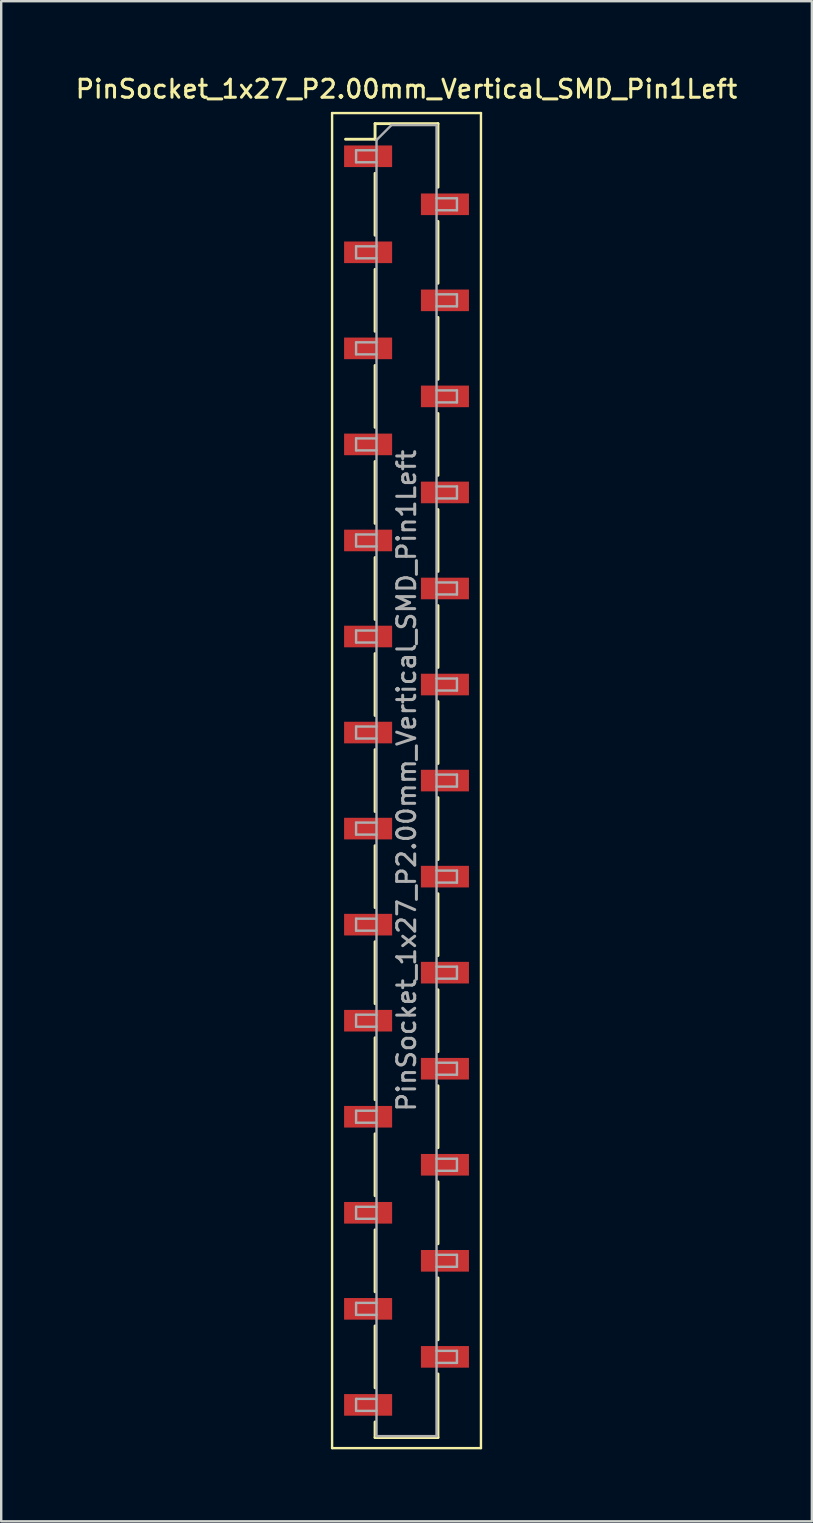
<source format=kicad_pcb>
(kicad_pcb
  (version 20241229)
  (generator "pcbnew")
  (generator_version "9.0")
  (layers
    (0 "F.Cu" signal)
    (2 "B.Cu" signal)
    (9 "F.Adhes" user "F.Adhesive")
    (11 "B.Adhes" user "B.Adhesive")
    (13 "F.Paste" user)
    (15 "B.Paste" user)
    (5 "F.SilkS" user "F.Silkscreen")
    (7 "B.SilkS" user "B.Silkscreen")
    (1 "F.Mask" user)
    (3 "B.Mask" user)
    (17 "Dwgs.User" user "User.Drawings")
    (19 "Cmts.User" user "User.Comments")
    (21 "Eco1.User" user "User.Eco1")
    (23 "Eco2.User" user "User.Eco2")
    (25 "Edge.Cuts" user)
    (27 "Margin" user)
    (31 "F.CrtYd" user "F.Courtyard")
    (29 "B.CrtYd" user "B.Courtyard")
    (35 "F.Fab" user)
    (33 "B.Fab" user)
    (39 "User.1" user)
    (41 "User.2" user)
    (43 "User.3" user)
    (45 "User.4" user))
  (footprint "PinSocket_1x27_P2.00mm_Vertical_SMD_Pin1Left"
    (layer "F.Cu")
    (at 13.88 29.458)
    (property "Reference" "PinSocket_1x27_P2.00mm_Vertical_SMD_Pin1Left" (at 0 -28.8 0) (layer "F.SilkS") (effects (font (size 0.75 0.75) (thickness 0.125))))
    (attr smd)
    (fp_line (start -3.1 -27.8) (end 3.1 -27.8) (stroke (width 0.1) (type solid)) (layer "F.SilkS"))
    (fp_line (start -3.1 27.8) (end -3.1 -27.8) (stroke (width 0.1) (type solid)) (layer "F.SilkS"))
    (fp_line (start -2.54 -26.71) (end -1.31 -26.71) (stroke (width 0.12) (type solid)) (layer "F.SilkS"))
    (fp_line (start -1.31 -27.36) (end -1.31 -26.71) (stroke (width 0.12) (type solid)) (layer "F.SilkS"))
    (fp_line (start -1.31 -27.36) (end 1.31 -27.36) (stroke (width 0.12) (type solid)) (layer "F.SilkS"))
    (fp_line (start -1.31 -25.29) (end -1.31 -22.71) (stroke (width 0.12) (type solid)) (layer "F.SilkS"))
    (fp_line (start -1.31 -21.29) (end -1.31 -18.71) (stroke (width 0.12) (type solid)) (layer "F.SilkS"))
    (fp_line (start -1.31 -17.29) (end -1.31 -14.71) (stroke (width 0.12) (type solid)) (layer "F.SilkS"))
    (fp_line (start -1.31 -13.29) (end -1.31 -10.71) (stroke (width 0.12) (type solid)) (layer "F.SilkS"))
    (fp_line (start -1.31 -9.29) (end -1.31 -6.71) (stroke (width 0.12) (type solid)) (layer "F.SilkS"))
    (fp_line (start -1.31 -5.29) (end -1.31 -2.71) (stroke (width 0.12) (type solid)) (layer "F.SilkS"))
    (fp_line (start -1.31 -1.29) (end -1.31 1.29) (stroke (width 0.12) (type solid)) (layer "F.SilkS"))
    (fp_line (start -1.31 2.71) (end -1.31 5.29) (stroke (width 0.12) (type solid)) (layer "F.SilkS"))
    (fp_line (start -1.31 6.71) (end -1.31 9.29) (stroke (width 0.12) (type solid)) (layer "F.SilkS"))
    (fp_line (start -1.31 10.71) (end -1.31 13.29) (stroke (width 0.12) (type solid)) (layer "F.SilkS"))
    (fp_line (start -1.31 14.71) (end -1.31 17.29) (stroke (width 0.12) (type solid)) (layer "F.SilkS"))
    (fp_line (start -1.31 18.71) (end -1.31 21.29) (stroke (width 0.12) (type solid)) (layer "F.SilkS"))
    (fp_line (start -1.31 22.71) (end -1.31 25.29) (stroke (width 0.12) (type solid)) (layer "F.SilkS"))
    (fp_line (start -1.31 26.71) (end -1.31 27.36) (stroke (width 0.12) (type solid)) (layer "F.SilkS"))
    (fp_line (start -1.31 27.36) (end 1.31 27.36) (stroke (width 0.12) (type solid)) (layer "F.SilkS"))
    (fp_line (start 1.31 -27.36) (end 1.31 -24.71) (stroke (width 0.12) (type solid)) (layer "F.SilkS"))
    (fp_line (start 1.31 -23.29) (end 1.31 -20.71) (stroke (width 0.12) (type solid)) (layer "F.SilkS"))
    (fp_line (start 1.31 -19.29) (end 1.31 -16.71) (stroke (width 0.12) (type solid)) (layer "F.SilkS"))
    (fp_line (start 1.31 -15.29) (end 1.31 -12.71) (stroke (width 0.12) (type solid)) (layer "F.SilkS"))
    (fp_line (start 1.31 -11.29) (end 1.31 -8.71) (stroke (width 0.12) (type solid)) (layer "F.SilkS"))
    (fp_line (start 1.31 -7.29) (end 1.31 -4.71) (stroke (width 0.12) (type solid)) (layer "F.SilkS"))
    (fp_line (start 1.31 -3.29) (end 1.31 -0.71) (stroke (width 0.12) (type solid)) (layer "F.SilkS"))
    (fp_line (start 1.31 0.71) (end 1.31 3.29) (stroke (width 0.12) (type solid)) (layer "F.SilkS"))
    (fp_line (start 1.31 4.71) (end 1.31 7.29) (stroke (width 0.12) (type solid)) (layer "F.SilkS"))
    (fp_line (start 1.31 8.71) (end 1.31 11.29) (stroke (width 0.12) (type solid)) (layer "F.SilkS"))
    (fp_line (start 1.31 12.71) (end 1.31 15.29) (stroke (width 0.12) (type solid)) (layer "F.SilkS"))
    (fp_line (start 1.31 16.71) (end 1.31 19.29) (stroke (width 0.12) (type solid)) (layer "F.SilkS"))
    (fp_line (start 1.31 20.71) (end 1.31 23.29) (stroke (width 0.12) (type solid)) (layer "F.SilkS"))
    (fp_line (start 1.31 24.71) (end 1.31 27.36) (stroke (width 0.12) (type solid)) (layer "F.SilkS"))
    (fp_line (start 3.1 -27.8) (end 3.1 27.8) (stroke (width 0.1) (type solid)) (layer "F.SilkS"))
    (fp_line (start 3.1 27.8) (end -3.1 27.8) (stroke (width 0.1) (type solid)) (layer "F.SilkS"))
    (fp_line (start -2.1 -26.25) (end -1.25 -26.25) (stroke (width 0.1) (type solid)) (layer "F.Fab"))
    (fp_line (start -2.1 -25.75) (end -2.1 -26.25) (stroke (width 0.1) (type solid)) (layer "F.Fab"))
    (fp_line (start -2.1 -22.25) (end -1.25 -22.25) (stroke (width 0.1) (type solid)) (layer "F.Fab"))
    (fp_line (start -2.1 -21.75) (end -2.1 -22.25) (stroke (width 0.1) (type solid)) (layer "F.Fab"))
    (fp_line (start -2.1 -18.25) (end -1.25 -18.25) (stroke (width 0.1) (type solid)) (layer "F.Fab"))
    (fp_line (start -2.1 -17.75) (end -2.1 -18.25) (stroke (width 0.1) (type solid)) (layer "F.Fab"))
    (fp_line (start -2.1 -14.25) (end -1.25 -14.25) (stroke (width 0.1) (type solid)) (layer "F.Fab"))
    (fp_line (start -2.1 -13.75) (end -2.1 -14.25) (stroke (width 0.1) (type solid)) (layer "F.Fab"))
    (fp_line (start -2.1 -10.25) (end -1.25 -10.25) (stroke (width 0.1) (type solid)) (layer "F.Fab"))
    (fp_line (start -2.1 -9.75) (end -2.1 -10.25) (stroke (width 0.1) (type solid)) (layer "F.Fab"))
    (fp_line (start -2.1 -6.25) (end -1.25 -6.25) (stroke (width 0.1) (type solid)) (layer "F.Fab"))
    (fp_line (start -2.1 -5.75) (end -2.1 -6.25) (stroke (width 0.1) (type solid)) (layer "F.Fab"))
    (fp_line (start -2.1 -2.25) (end -1.25 -2.25) (stroke (width 0.1) (type solid)) (layer "F.Fab"))
    (fp_line (start -2.1 -1.75) (end -2.1 -2.25) (stroke (width 0.1) (type solid)) (layer "F.Fab"))
    (fp_line (start -2.1 1.75) (end -1.25 1.75) (stroke (width 0.1) (type solid)) (layer "F.Fab"))
    (fp_line (start -2.1 2.25) (end -2.1 1.75) (stroke (width 0.1) (type solid)) (layer "F.Fab"))
    (fp_line (start -2.1 5.75) (end -1.25 5.75) (stroke (width 0.1) (type solid)) (layer "F.Fab"))
    (fp_line (start -2.1 6.25) (end -2.1 5.75) (stroke (width 0.1) (type solid)) (layer "F.Fab"))
    (fp_line (start -2.1 9.75) (end -1.25 9.75) (stroke (width 0.1) (type solid)) (layer "F.Fab"))
    (fp_line (start -2.1 10.25) (end -2.1 9.75) (stroke (width 0.1) (type solid)) (layer "F.Fab"))
    (fp_line (start -2.1 13.75) (end -1.25 13.75) (stroke (width 0.1) (type solid)) (layer "F.Fab"))
    (fp_line (start -2.1 14.25) (end -2.1 13.75) (stroke (width 0.1) (type solid)) (layer "F.Fab"))
    (fp_line (start -2.1 17.75) (end -1.25 17.75) (stroke (width 0.1) (type solid)) (layer "F.Fab"))
    (fp_line (start -2.1 18.25) (end -2.1 17.75) (stroke (width 0.1) (type solid)) (layer "F.Fab"))
    (fp_line (start -2.1 21.75) (end -1.25 21.75) (stroke (width 0.1) (type solid)) (layer "F.Fab"))
    (fp_line (start -2.1 22.25) (end -2.1 21.75) (stroke (width 0.1) (type solid)) (layer "F.Fab"))
    (fp_line (start -2.1 25.75) (end -1.25 25.75) (stroke (width 0.1) (type solid)) (layer "F.Fab"))
    (fp_line (start -2.1 26.25) (end -2.1 25.75) (stroke (width 0.1) (type solid)) (layer "F.Fab"))
    (fp_line (start -1.25 -26.675) (end -0.625 -27.3) (stroke (width 0.1) (type solid)) (layer "F.Fab"))
    (fp_line (start -1.25 -25.75) (end -2.1 -25.75) (stroke (width 0.1) (type solid)) (layer "F.Fab"))
    (fp_line (start -1.25 -21.75) (end -2.1 -21.75) (stroke (width 0.1) (type solid)) (layer "F.Fab"))
    (fp_line (start -1.25 -17.75) (end -2.1 -17.75) (stroke (width 0.1) (type solid)) (layer "F.Fab"))
    (fp_line (start -1.25 -13.75) (end -2.1 -13.75) (stroke (width 0.1) (type solid)) (layer "F.Fab"))
    (fp_line (start -1.25 -9.75) (end -2.1 -9.75) (stroke (width 0.1) (type solid)) (layer "F.Fab"))
    (fp_line (start -1.25 -5.75) (end -2.1 -5.75) (stroke (width 0.1) (type solid)) (layer "F.Fab"))
    (fp_line (start -1.25 -1.75) (end -2.1 -1.75) (stroke (width 0.1) (type solid)) (layer "F.Fab"))
    (fp_line (start -1.25 2.25) (end -2.1 2.25) (stroke (width 0.1) (type solid)) (layer "F.Fab"))
    (fp_line (start -1.25 6.25) (end -2.1 6.25) (stroke (width 0.1) (type solid)) (layer "F.Fab"))
    (fp_line (start -1.25 10.25) (end -2.1 10.25) (stroke (width 0.1) (type solid)) (layer "F.Fab"))
    (fp_line (start -1.25 14.25) (end -2.1 14.25) (stroke (width 0.1) (type solid)) (layer "F.Fab"))
    (fp_line (start -1.25 18.25) (end -2.1 18.25) (stroke (width 0.1) (type solid)) (layer "F.Fab"))
    (fp_line (start -1.25 22.25) (end -2.1 22.25) (stroke (width 0.1) (type solid)) (layer "F.Fab"))
    (fp_line (start -1.25 26.25) (end -2.1 26.25) (stroke (width 0.1) (type solid)) (layer "F.Fab"))
    (fp_line (start -1.25 27.3) (end -1.25 -26.675) (stroke (width 0.1) (type solid)) (layer "F.Fab"))
    (fp_line (start -0.625 -27.3) (end 1.25 -27.3) (stroke (width 0.1) (type solid)) (layer "F.Fab"))
    (fp_line (start 1.25 -27.3) (end 1.25 27.3) (stroke (width 0.1) (type solid)) (layer "F.Fab"))
    (fp_line (start 1.25 -24.25) (end 2.1 -24.25) (stroke (width 0.1) (type solid)) (layer "F.Fab"))
    (fp_line (start 1.25 -20.25) (end 2.1 -20.25) (stroke (width 0.1) (type solid)) (layer "F.Fab"))
    (fp_line (start 1.25 -16.25) (end 2.1 -16.25) (stroke (width 0.1) (type solid)) (layer "F.Fab"))
    (fp_line (start 1.25 -12.25) (end 2.1 -12.25) (stroke (width 0.1) (type solid)) (layer "F.Fab"))
    (fp_line (start 1.25 -8.25) (end 2.1 -8.25) (stroke (width 0.1) (type solid)) (layer "F.Fab"))
    (fp_line (start 1.25 -4.25) (end 2.1 -4.25) (stroke (width 0.1) (type solid)) (layer "F.Fab"))
    (fp_line (start 1.25 -0.25) (end 2.1 -0.25) (stroke (width 0.1) (type solid)) (layer "F.Fab"))
    (fp_line (start 1.25 3.75) (end 2.1 3.75) (stroke (width 0.1) (type solid)) (layer "F.Fab"))
    (fp_line (start 1.25 7.75) (end 2.1 7.75) (stroke (width 0.1) (type solid)) (layer "F.Fab"))
    (fp_line (start 1.25 11.75) (end 2.1 11.75) (stroke (width 0.1) (type solid)) (layer "F.Fab"))
    (fp_line (start 1.25 15.75) (end 2.1 15.75) (stroke (width 0.1) (type solid)) (layer "F.Fab"))
    (fp_line (start 1.25 19.75) (end 2.1 19.75) (stroke (width 0.1) (type solid)) (layer "F.Fab"))
    (fp_line (start 1.25 23.75) (end 2.1 23.75) (stroke (width 0.1) (type solid)) (layer "F.Fab"))
    (fp_line (start 1.25 27.3) (end -1.25 27.3) (stroke (width 0.1) (type solid)) (layer "F.Fab"))
    (fp_line (start 2.1 -24.25) (end 2.1 -23.75) (stroke (width 0.1) (type solid)) (layer "F.Fab"))
    (fp_line (start 2.1 -23.75) (end 1.25 -23.75) (stroke (width 0.1) (type solid)) (layer "F.Fab"))
    (fp_line (start 2.1 -20.25) (end 2.1 -19.75) (stroke (width 0.1) (type solid)) (layer "F.Fab"))
    (fp_line (start 2.1 -19.75) (end 1.25 -19.75) (stroke (width 0.1) (type solid)) (layer "F.Fab"))
    (fp_line (start 2.1 -16.25) (end 2.1 -15.75) (stroke (width 0.1) (type solid)) (layer "F.Fab"))
    (fp_line (start 2.1 -15.75) (end 1.25 -15.75) (stroke (width 0.1) (type solid)) (layer "F.Fab"))
    (fp_line (start 2.1 -12.25) (end 2.1 -11.75) (stroke (width 0.1) (type solid)) (layer "F.Fab"))
    (fp_line (start 2.1 -11.75) (end 1.25 -11.75) (stroke (width 0.1) (type solid)) (layer "F.Fab"))
    (fp_line (start 2.1 -8.25) (end 2.1 -7.75) (stroke (width 0.1) (type solid)) (layer "F.Fab"))
    (fp_line (start 2.1 -7.75) (end 1.25 -7.75) (stroke (width 0.1) (type solid)) (layer "F.Fab"))
    (fp_line (start 2.1 -4.25) (end 2.1 -3.75) (stroke (width 0.1) (type solid)) (layer "F.Fab"))
    (fp_line (start 2.1 -3.75) (end 1.25 -3.75) (stroke (width 0.1) (type solid)) (layer "F.Fab"))
    (fp_line (start 2.1 -0.25) (end 2.1 0.25) (stroke (width 0.1) (type solid)) (layer "F.Fab"))
    (fp_line (start 2.1 0.25) (end 1.25 0.25) (stroke (width 0.1) (type solid)) (layer "F.Fab"))
    (fp_line (start 2.1 3.75) (end 2.1 4.25) (stroke (width 0.1) (type solid)) (layer "F.Fab"))
    (fp_line (start 2.1 4.25) (end 1.25 4.25) (stroke (width 0.1) (type solid)) (layer "F.Fab"))
    (fp_line (start 2.1 7.75) (end 2.1 8.25) (stroke (width 0.1) (type solid)) (layer "F.Fab"))
    (fp_line (start 2.1 8.25) (end 1.25 8.25) (stroke (width 0.1) (type solid)) (layer "F.Fab"))
    (fp_line (start 2.1 11.75) (end 2.1 12.25) (stroke (width 0.1) (type solid)) (layer "F.Fab"))
    (fp_line (start 2.1 12.25) (end 1.25 12.25) (stroke (width 0.1) (type solid)) (layer "F.Fab"))
    (fp_line (start 2.1 15.75) (end 2.1 16.25) (stroke (width 0.1) (type solid)) (layer "F.Fab"))
    (fp_line (start 2.1 16.25) (end 1.25 16.25) (stroke (width 0.1) (type solid)) (layer "F.Fab"))
    (fp_line (start 2.1 19.75) (end 2.1 20.25) (stroke (width 0.1) (type solid)) (layer "F.Fab"))
    (fp_line (start 2.1 20.25) (end 1.25 20.25) (stroke (width 0.1) (type solid)) (layer "F.Fab"))
    (fp_line (start 2.1 23.75) (end 2.1 24.25) (stroke (width 0.1) (type solid)) (layer "F.Fab"))
    (fp_line (start 2.1 24.25) (end 1.25 24.25) (stroke (width 0.1) (type solid)) (layer "F.Fab"))
    (fp_text user "${REFERENCE}" (at 0 0 90) (layer "F.Fab") (effects (font (size 0.75 0.75) (thickness 0.125))))
    (pad "1" smd rect (at -1.6 -26) (size 2 0.9) (layers "F.Cu" "F.Mask" "F.Paste"))
    (pad "2" smd rect (at 1.6 -24) (size 2 0.9) (layers "F.Cu" "F.Mask" "F.Paste"))
    (pad "3" smd rect (at -1.6 -22) (size 2 0.9) (layers "F.Cu" "F.Mask" "F.Paste"))
    (pad "4" smd rect (at 1.6 -20) (size 2 0.9) (layers "F.Cu" "F.Mask" "F.Paste"))
    (pad "5" smd rect (at -1.6 -18) (size 2 0.9) (layers "F.Cu" "F.Mask" "F.Paste"))
    (pad "6" smd rect (at 1.6 -16) (size 2 0.9) (layers "F.Cu" "F.Mask" "F.Paste"))
    (pad "7" smd rect (at -1.6 -14) (size 2 0.9) (layers "F.Cu" "F.Mask" "F.Paste"))
    (pad "8" smd rect (at 1.6 -12) (size 2 0.9) (layers "F.Cu" "F.Mask" "F.Paste"))
    (pad "9" smd rect (at -1.6 -10) (size 2 0.9) (layers "F.Cu" "F.Mask" "F.Paste"))
    (pad "10" smd rect (at 1.6 -8) (size 2 0.9) (layers "F.Cu" "F.Mask" "F.Paste"))
    (pad "11" smd rect (at -1.6 -6) (size 2 0.9) (layers "F.Cu" "F.Mask" "F.Paste"))
    (pad "12" smd rect (at 1.6 -4) (size 2 0.9) (layers "F.Cu" "F.Mask" "F.Paste"))
    (pad "13" smd rect (at -1.6 -2) (size 2 0.9) (layers "F.Cu" "F.Mask" "F.Paste"))
    (pad "14" smd rect (at 1.6 0) (size 2 0.9) (layers "F.Cu" "F.Mask" "F.Paste"))
    (pad "15" smd rect (at -1.6 2) (size 2 0.9) (layers "F.Cu" "F.Mask" "F.Paste"))
    (pad "16" smd rect (at 1.6 4) (size 2 0.9) (layers "F.Cu" "F.Mask" "F.Paste"))
    (pad "17" smd rect (at -1.6 6) (size 2 0.9) (layers "F.Cu" "F.Mask" "F.Paste"))
    (pad "18" smd rect (at 1.6 8) (size 2 0.9) (layers "F.Cu" "F.Mask" "F.Paste"))
    (pad "19" smd rect (at -1.6 10) (size 2 0.9) (layers "F.Cu" "F.Mask" "F.Paste"))
    (pad "20" smd rect (at 1.6 12) (size 2 0.9) (layers "F.Cu" "F.Mask" "F.Paste"))
    (pad "21" smd rect (at -1.6 14) (size 2 0.9) (layers "F.Cu" "F.Mask" "F.Paste"))
    (pad "22" smd rect (at 1.6 16) (size 2 0.9) (layers "F.Cu" "F.Mask" "F.Paste"))
    (pad "23" smd rect (at -1.6 18) (size 2 0.9) (layers "F.Cu" "F.Mask" "F.Paste"))
    (pad "24" smd rect (at 1.6 20) (size 2 0.9) (layers "F.Cu" "F.Mask" "F.Paste"))
    (pad "25" smd rect (at -1.6 22) (size 2 0.9) (layers "F.Cu" "F.Mask" "F.Paste"))
    (pad "26" smd rect (at 1.6 24) (size 2 0.9) (layers "F.Cu" "F.Mask" "F.Paste"))
    (pad "27" smd rect (at -1.6 26) (size 2 0.9) (layers "F.Cu" "F.Mask" "F.Paste")))
  (gr_rect
    (start -3 -3)
    (end 30.761 60.308)
    (stroke (width 0.1) (type default))
    (fill no)
    (layer "Edge.Cuts")))
</source>
